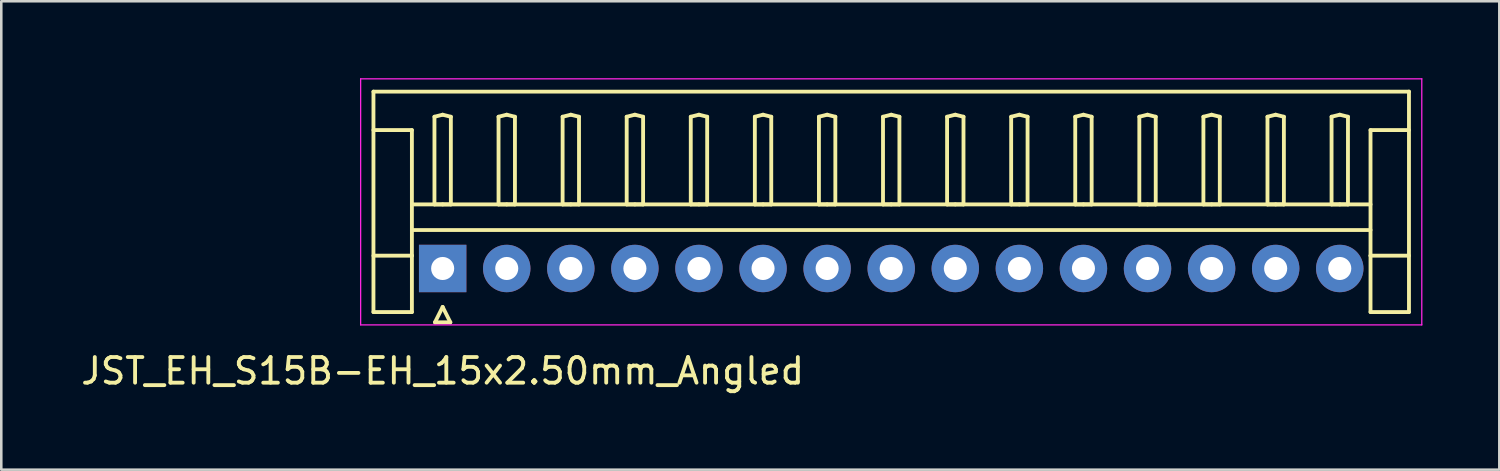
<source format=kicad_pcb>
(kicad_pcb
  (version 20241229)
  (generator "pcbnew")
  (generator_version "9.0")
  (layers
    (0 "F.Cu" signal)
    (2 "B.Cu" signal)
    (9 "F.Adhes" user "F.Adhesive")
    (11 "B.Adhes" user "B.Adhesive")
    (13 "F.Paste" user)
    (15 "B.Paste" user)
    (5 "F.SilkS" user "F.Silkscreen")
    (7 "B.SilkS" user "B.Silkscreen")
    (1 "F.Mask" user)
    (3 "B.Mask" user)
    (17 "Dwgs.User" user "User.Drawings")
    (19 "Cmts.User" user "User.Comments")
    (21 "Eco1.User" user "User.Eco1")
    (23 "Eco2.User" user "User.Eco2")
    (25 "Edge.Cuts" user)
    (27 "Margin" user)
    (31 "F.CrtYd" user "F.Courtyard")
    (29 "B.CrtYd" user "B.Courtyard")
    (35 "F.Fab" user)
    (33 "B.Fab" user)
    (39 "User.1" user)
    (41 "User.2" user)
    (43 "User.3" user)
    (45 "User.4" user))
  (footprint "JST_EH_S15B-EH_15x2.50mm_Angled"
    (layer "F.Cu")
    (at 14.22 7.425)
    (property "Reference" "JST_EH_S15B-EH_15x2.50mm_Angled" (at 0 4 0) (layer "F.SilkS") (effects (font (size 1 1) (thickness 0.15))))
    (attr through_hole)
    (fp_line (start -2.7 -6.9) (end 37.7 -6.9) (stroke (width 0.15) (type solid)) (layer "F.SilkS"))
    (fp_line (start -2.7 -5.4) (end -1.2 -5.4) (stroke (width 0.15) (type solid)) (layer "F.SilkS"))
    (fp_line (start -2.7 1.7) (end -2.7 -6.9) (stroke (width 0.15) (type solid)) (layer "F.SilkS"))
    (fp_line (start -1.2 -5.4) (end -1.2 -0.5) (stroke (width 0.15) (type solid)) (layer "F.SilkS"))
    (fp_line (start -1.2 -2.5) (end 36.2 -2.5) (stroke (width 0.15) (type solid)) (layer "F.SilkS"))
    (fp_line (start -1.2 -1.5) (end 36.2 -1.5) (stroke (width 0.15) (type solid)) (layer "F.SilkS"))
    (fp_line (start -1.2 -0.5) (end -2.7 -0.5) (stroke (width 0.15) (type solid)) (layer "F.SilkS"))
    (fp_line (start -1.2 -0.5) (end -1.2 1.7) (stroke (width 0.15) (type solid)) (layer "F.SilkS"))
    (fp_line (start -1.2 1.7) (end -2.7 1.7) (stroke (width 0.15) (type solid)) (layer "F.SilkS"))
    (fp_line (start -0.32 -5.92) (end 0 -6) (stroke (width 0.15) (type solid)) (layer "F.SilkS"))
    (fp_line (start -0.32 -2.5) (end -0.32 -5.92) (stroke (width 0.15) (type solid)) (layer "F.SilkS"))
    (fp_line (start -0.3 2.1) (end 0.3 2.1) (stroke (width 0.15) (type solid)) (layer "F.SilkS"))
    (fp_line (start 0 -6) (end 0.32 -5.92) (stroke (width 0.15) (type solid)) (layer "F.SilkS"))
    (fp_line (start 0 -2.5) (end -0.32 -2.5) (stroke (width 0.15) (type solid)) (layer "F.SilkS"))
    (fp_line (start 0 1.5) (end -0.3 2.1) (stroke (width 0.15) (type solid)) (layer "F.SilkS"))
    (fp_line (start 0.3 2.1) (end 0 1.5) (stroke (width 0.15) (type solid)) (layer "F.SilkS"))
    (fp_line (start 0.32 -5.92) (end 0.32 -2.5) (stroke (width 0.15) (type solid)) (layer "F.SilkS"))
    (fp_line (start 0.32 -2.5) (end 0 -2.5) (stroke (width 0.15) (type solid)) (layer "F.SilkS"))
    (fp_line (start 2.18 -5.92) (end 2.5 -6) (stroke (width 0.15) (type solid)) (layer "F.SilkS"))
    (fp_line (start 2.18 -2.5) (end 2.18 -5.92) (stroke (width 0.15) (type solid)) (layer "F.SilkS"))
    (fp_line (start 2.5 -6) (end 2.82 -5.92) (stroke (width 0.15) (type solid)) (layer "F.SilkS"))
    (fp_line (start 2.5 -2.5) (end 2.18 -2.5) (stroke (width 0.15) (type solid)) (layer "F.SilkS"))
    (fp_line (start 2.82 -5.92) (end 2.82 -2.5) (stroke (width 0.15) (type solid)) (layer "F.SilkS"))
    (fp_line (start 2.82 -2.5) (end 2.5 -2.5) (stroke (width 0.15) (type solid)) (layer "F.SilkS"))
    (fp_line (start 4.68 -5.92) (end 5 -6) (stroke (width 0.15) (type solid)) (layer "F.SilkS"))
    (fp_line (start 4.68 -2.5) (end 4.68 -5.92) (stroke (width 0.15) (type solid)) (layer "F.SilkS"))
    (fp_line (start 5 -6) (end 5.32 -5.92) (stroke (width 0.15) (type solid)) (layer "F.SilkS"))
    (fp_line (start 5 -2.5) (end 4.68 -2.5) (stroke (width 0.15) (type solid)) (layer "F.SilkS"))
    (fp_line (start 5.32 -5.92) (end 5.32 -2.5) (stroke (width 0.15) (type solid)) (layer "F.SilkS"))
    (fp_line (start 5.32 -2.5) (end 5 -2.5) (stroke (width 0.15) (type solid)) (layer "F.SilkS"))
    (fp_line (start 7.18 -5.92) (end 7.5 -6) (stroke (width 0.15) (type solid)) (layer "F.SilkS"))
    (fp_line (start 7.18 -2.5) (end 7.18 -5.92) (stroke (width 0.15) (type solid)) (layer "F.SilkS"))
    (fp_line (start 7.5 -6) (end 7.82 -5.92) (stroke (width 0.15) (type solid)) (layer "F.SilkS"))
    (fp_line (start 7.5 -2.5) (end 7.18 -2.5) (stroke (width 0.15) (type solid)) (layer "F.SilkS"))
    (fp_line (start 7.82 -5.92) (end 7.82 -2.5) (stroke (width 0.15) (type solid)) (layer "F.SilkS"))
    (fp_line (start 7.82 -2.5) (end 7.5 -2.5) (stroke (width 0.15) (type solid)) (layer "F.SilkS"))
    (fp_line (start 9.68 -5.92) (end 10 -6) (stroke (width 0.15) (type solid)) (layer "F.SilkS"))
    (fp_line (start 9.68 -2.5) (end 9.68 -5.92) (stroke (width 0.15) (type solid)) (layer "F.SilkS"))
    (fp_line (start 10 -6) (end 10.32 -5.92) (stroke (width 0.15) (type solid)) (layer "F.SilkS"))
    (fp_line (start 10 -2.5) (end 9.68 -2.5) (stroke (width 0.15) (type solid)) (layer "F.SilkS"))
    (fp_line (start 10.32 -5.92) (end 10.32 -2.5) (stroke (width 0.15) (type solid)) (layer "F.SilkS"))
    (fp_line (start 10.32 -2.5) (end 10 -2.5) (stroke (width 0.15) (type solid)) (layer "F.SilkS"))
    (fp_line (start 12.18 -5.92) (end 12.5 -6) (stroke (width 0.15) (type solid)) (layer "F.SilkS"))
    (fp_line (start 12.18 -2.5) (end 12.18 -5.92) (stroke (width 0.15) (type solid)) (layer "F.SilkS"))
    (fp_line (start 12.5 -6) (end 12.82 -5.92) (stroke (width 0.15) (type solid)) (layer "F.SilkS"))
    (fp_line (start 12.5 -2.5) (end 12.18 -2.5) (stroke (width 0.15) (type solid)) (layer "F.SilkS"))
    (fp_line (start 12.82 -5.92) (end 12.82 -2.5) (stroke (width 0.15) (type solid)) (layer "F.SilkS"))
    (fp_line (start 12.82 -2.5) (end 12.5 -2.5) (stroke (width 0.15) (type solid)) (layer "F.SilkS"))
    (fp_line (start 14.68 -5.92) (end 15 -6) (stroke (width 0.15) (type solid)) (layer "F.SilkS"))
    (fp_line (start 14.68 -2.5) (end 14.68 -5.92) (stroke (width 0.15) (type solid)) (layer "F.SilkS"))
    (fp_line (start 15 -6) (end 15.32 -5.92) (stroke (width 0.15) (type solid)) (layer "F.SilkS"))
    (fp_line (start 15 -2.5) (end 14.68 -2.5) (stroke (width 0.15) (type solid)) (layer "F.SilkS"))
    (fp_line (start 15.32 -5.92) (end 15.32 -2.5) (stroke (width 0.15) (type solid)) (layer "F.SilkS"))
    (fp_line (start 15.32 -2.5) (end 15 -2.5) (stroke (width 0.15) (type solid)) (layer "F.SilkS"))
    (fp_line (start 17.18 -5.92) (end 17.5 -6) (stroke (width 0.15) (type solid)) (layer "F.SilkS"))
    (fp_line (start 17.18 -2.5) (end 17.18 -5.92) (stroke (width 0.15) (type solid)) (layer "F.SilkS"))
    (fp_line (start 17.5 -6) (end 17.82 -5.92) (stroke (width 0.15) (type solid)) (layer "F.SilkS"))
    (fp_line (start 17.5 -2.5) (end 17.18 -2.5) (stroke (width 0.15) (type solid)) (layer "F.SilkS"))
    (fp_line (start 17.82 -5.92) (end 17.82 -2.5) (stroke (width 0.15) (type solid)) (layer "F.SilkS"))
    (fp_line (start 17.82 -2.5) (end 17.5 -2.5) (stroke (width 0.15) (type solid)) (layer "F.SilkS"))
    (fp_line (start 19.68 -5.92) (end 20 -6) (stroke (width 0.15) (type solid)) (layer "F.SilkS"))
    (fp_line (start 19.68 -2.5) (end 19.68 -5.92) (stroke (width 0.15) (type solid)) (layer "F.SilkS"))
    (fp_line (start 20 -6) (end 20.32 -5.92) (stroke (width 0.15) (type solid)) (layer "F.SilkS"))
    (fp_line (start 20 -2.5) (end 19.68 -2.5) (stroke (width 0.15) (type solid)) (layer "F.SilkS"))
    (fp_line (start 20.32 -5.92) (end 20.32 -2.5) (stroke (width 0.15) (type solid)) (layer "F.SilkS"))
    (fp_line (start 20.32 -2.5) (end 20 -2.5) (stroke (width 0.15) (type solid)) (layer "F.SilkS"))
    (fp_line (start 22.18 -5.92) (end 22.5 -6) (stroke (width 0.15) (type solid)) (layer "F.SilkS"))
    (fp_line (start 22.18 -2.5) (end 22.18 -5.92) (stroke (width 0.15) (type solid)) (layer "F.SilkS"))
    (fp_line (start 22.5 -6) (end 22.82 -5.92) (stroke (width 0.15) (type solid)) (layer "F.SilkS"))
    (fp_line (start 22.5 -2.5) (end 22.18 -2.5) (stroke (width 0.15) (type solid)) (layer "F.SilkS"))
    (fp_line (start 22.82 -5.92) (end 22.82 -2.5) (stroke (width 0.15) (type solid)) (layer "F.SilkS"))
    (fp_line (start 22.82 -2.5) (end 22.5 -2.5) (stroke (width 0.15) (type solid)) (layer "F.SilkS"))
    (fp_line (start 24.68 -5.92) (end 25 -6) (stroke (width 0.15) (type solid)) (layer "F.SilkS"))
    (fp_line (start 24.68 -2.5) (end 24.68 -5.92) (stroke (width 0.15) (type solid)) (layer "F.SilkS"))
    (fp_line (start 25 -6) (end 25.32 -5.92) (stroke (width 0.15) (type solid)) (layer "F.SilkS"))
    (fp_line (start 25 -2.5) (end 24.68 -2.5) (stroke (width 0.15) (type solid)) (layer "F.SilkS"))
    (fp_line (start 25.32 -5.92) (end 25.32 -2.5) (stroke (width 0.15) (type solid)) (layer "F.SilkS"))
    (fp_line (start 25.32 -2.5) (end 25 -2.5) (stroke (width 0.15) (type solid)) (layer "F.SilkS"))
    (fp_line (start 27.18 -5.92) (end 27.5 -6) (stroke (width 0.15) (type solid)) (layer "F.SilkS"))
    (fp_line (start 27.18 -2.5) (end 27.18 -5.92) (stroke (width 0.15) (type solid)) (layer "F.SilkS"))
    (fp_line (start 27.5 -6) (end 27.82 -5.92) (stroke (width 0.15) (type solid)) (layer "F.SilkS"))
    (fp_line (start 27.5 -2.5) (end 27.18 -2.5) (stroke (width 0.15) (type solid)) (layer "F.SilkS"))
    (fp_line (start 27.82 -5.92) (end 27.82 -2.5) (stroke (width 0.15) (type solid)) (layer "F.SilkS"))
    (fp_line (start 27.82 -2.5) (end 27.5 -2.5) (stroke (width 0.15) (type solid)) (layer "F.SilkS"))
    (fp_line (start 29.68 -5.92) (end 30 -6) (stroke (width 0.15) (type solid)) (layer "F.SilkS"))
    (fp_line (start 29.68 -2.5) (end 29.68 -5.92) (stroke (width 0.15) (type solid)) (layer "F.SilkS"))
    (fp_line (start 30 -6) (end 30.32 -5.92) (stroke (width 0.15) (type solid)) (layer "F.SilkS"))
    (fp_line (start 30 -2.5) (end 29.68 -2.5) (stroke (width 0.15) (type solid)) (layer "F.SilkS"))
    (fp_line (start 30.32 -5.92) (end 30.32 -2.5) (stroke (width 0.15) (type solid)) (layer "F.SilkS"))
    (fp_line (start 30.32 -2.5) (end 30 -2.5) (stroke (width 0.15) (type solid)) (layer "F.SilkS"))
    (fp_line (start 32.18 -5.92) (end 32.5 -6) (stroke (width 0.15) (type solid)) (layer "F.SilkS"))
    (fp_line (start 32.18 -2.5) (end 32.18 -5.92) (stroke (width 0.15) (type solid)) (layer "F.SilkS"))
    (fp_line (start 32.5 -6) (end 32.82 -5.92) (stroke (width 0.15) (type solid)) (layer "F.SilkS"))
    (fp_line (start 32.5 -2.5) (end 32.18 -2.5) (stroke (width 0.15) (type solid)) (layer "F.SilkS"))
    (fp_line (start 32.82 -5.92) (end 32.82 -2.5) (stroke (width 0.15) (type solid)) (layer "F.SilkS"))
    (fp_line (start 32.82 -2.5) (end 32.5 -2.5) (stroke (width 0.15) (type solid)) (layer "F.SilkS"))
    (fp_line (start 34.68 -5.92) (end 35 -6) (stroke (width 0.15) (type solid)) (layer "F.SilkS"))
    (fp_line (start 34.68 -2.5) (end 34.68 -5.92) (stroke (width 0.15) (type solid)) (layer "F.SilkS"))
    (fp_line (start 35 -6) (end 35.32 -5.92) (stroke (width 0.15) (type solid)) (layer "F.SilkS"))
    (fp_line (start 35 -2.5) (end 34.68 -2.5) (stroke (width 0.15) (type solid)) (layer "F.SilkS"))
    (fp_line (start 35.32 -5.92) (end 35.32 -2.5) (stroke (width 0.15) (type solid)) (layer "F.SilkS"))
    (fp_line (start 35.32 -2.5) (end 35 -2.5) (stroke (width 0.15) (type solid)) (layer "F.SilkS"))
    (fp_line (start 36.2 -5.4) (end 36.2 -0.5) (stroke (width 0.15) (type solid)) (layer "F.SilkS"))
    (fp_line (start 36.2 -0.5) (end 37.7 -0.5) (stroke (width 0.15) (type solid)) (layer "F.SilkS"))
    (fp_line (start 36.2 1.7) (end 36.2 -0.5) (stroke (width 0.15) (type solid)) (layer "F.SilkS"))
    (fp_line (start 37.7 -6.9) (end 37.7 1.7) (stroke (width 0.15) (type solid)) (layer "F.SilkS"))
    (fp_line (start 37.7 -5.4) (end 36.2 -5.4) (stroke (width 0.15) (type solid)) (layer "F.SilkS"))
    (fp_line (start 37.7 1.7) (end 36.2 1.7) (stroke (width 0.15) (type solid)) (layer "F.SilkS"))
    (fp_line (start -3.2 -7.4) (end -3.2 2.2) (stroke (width 0.05) (type solid)) (layer "F.CrtYd"))
    (fp_line (start -3.2 2.2) (end 38.2 2.2) (stroke (width 0.05) (type solid)) (layer "F.CrtYd"))
    (fp_line (start 38.2 -7.4) (end -3.2 -7.4) (stroke (width 0.05) (type solid)) (layer "F.CrtYd"))
    (fp_line (start 38.2 2.2) (end 38.2 -7.4) (stroke (width 0.05) (type solid)) (layer "F.CrtYd"))
    (pad "1" thru_hole rect (at 0 0) (size 1.85 1.85) (drill 0.9) (layers "*.Cu" "*.Mask"))
    (pad "2" thru_hole circle (at 2.5 0) (size 1.85 1.85) (drill 0.9) (layers "*.Cu" "*.Mask"))
    (pad "3" thru_hole circle (at 5 0) (size 1.85 1.85) (drill 0.9) (layers "*.Cu" "*.Mask"))
    (pad "4" thru_hole circle (at 7.5 0) (size 1.85 1.85) (drill 0.9) (layers "*.Cu" "*.Mask"))
    (pad "5" thru_hole circle (at 10 0) (size 1.85 1.85) (drill 0.9) (layers "*.Cu" "*.Mask"))
    (pad "6" thru_hole circle (at 12.5 0) (size 1.85 1.85) (drill 0.9) (layers "*.Cu" "*.Mask"))
    (pad "7" thru_hole circle (at 15 0) (size 1.85 1.85) (drill 0.9) (layers "*.Cu" "*.Mask"))
    (pad "8" thru_hole circle (at 17.5 0) (size 1.85 1.85) (drill 0.9) (layers "*.Cu" "*.Mask"))
    (pad "9" thru_hole circle (at 20 0) (size 1.85 1.85) (drill 0.9) (layers "*.Cu" "*.Mask"))
    (pad "10" thru_hole circle (at 22.5 0) (size 1.85 1.85) (drill 0.9) (layers "*.Cu" "*.Mask"))
    (pad "11" thru_hole circle (at 25 0) (size 1.85 1.85) (drill 0.9) (layers "*.Cu" "*.Mask"))
    (pad "12" thru_hole circle (at 27.5 0) (size 1.85 1.85) (drill 0.9) (layers "*.Cu" "*.Mask"))
    (pad "13" thru_hole circle (at 30 0) (size 1.85 1.85) (drill 0.9) (layers "*.Cu" "*.Mask"))
    (pad "14" thru_hole circle (at 32.5 0) (size 1.85 1.85) (drill 0.9) (layers "*.Cu" "*.Mask"))
    (pad "15" thru_hole circle (at 35 0) (size 1.85 1.85) (drill 0.9) (layers "*.Cu" "*.Mask")))
  (gr_rect
    (start -3 -3)
    (end 55.445 15.273)
    (stroke (width 0.1) (type default))
    (fill no)
    (layer "Edge.Cuts")))
</source>
